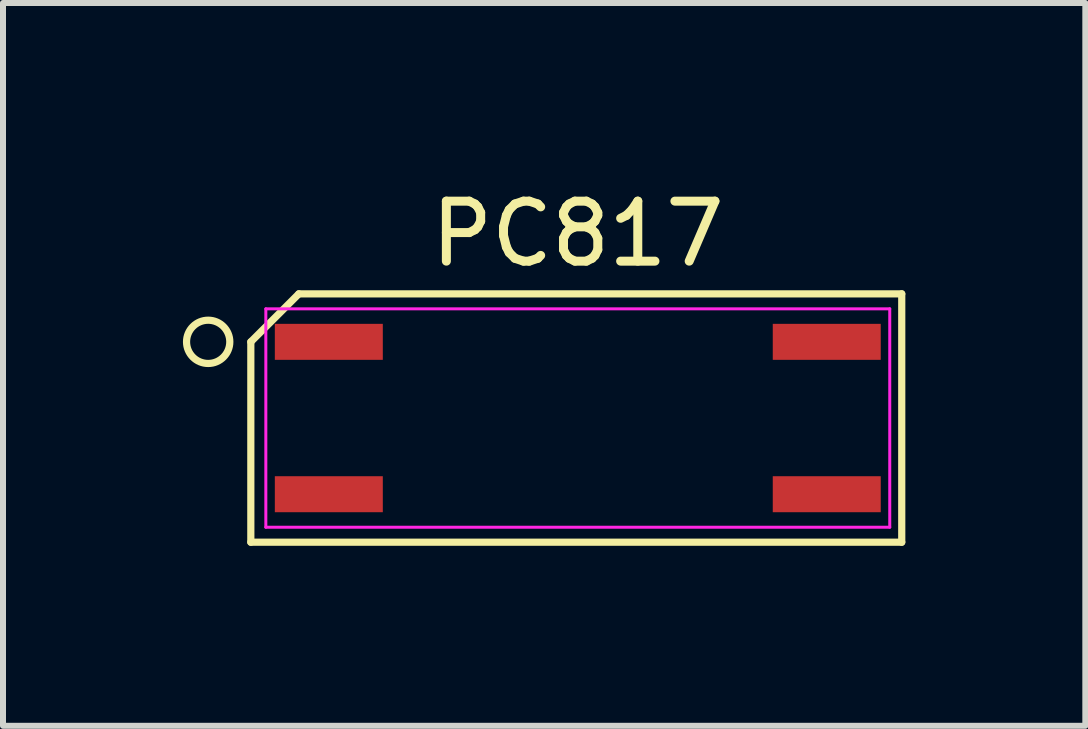
<source format=kicad_pcb>
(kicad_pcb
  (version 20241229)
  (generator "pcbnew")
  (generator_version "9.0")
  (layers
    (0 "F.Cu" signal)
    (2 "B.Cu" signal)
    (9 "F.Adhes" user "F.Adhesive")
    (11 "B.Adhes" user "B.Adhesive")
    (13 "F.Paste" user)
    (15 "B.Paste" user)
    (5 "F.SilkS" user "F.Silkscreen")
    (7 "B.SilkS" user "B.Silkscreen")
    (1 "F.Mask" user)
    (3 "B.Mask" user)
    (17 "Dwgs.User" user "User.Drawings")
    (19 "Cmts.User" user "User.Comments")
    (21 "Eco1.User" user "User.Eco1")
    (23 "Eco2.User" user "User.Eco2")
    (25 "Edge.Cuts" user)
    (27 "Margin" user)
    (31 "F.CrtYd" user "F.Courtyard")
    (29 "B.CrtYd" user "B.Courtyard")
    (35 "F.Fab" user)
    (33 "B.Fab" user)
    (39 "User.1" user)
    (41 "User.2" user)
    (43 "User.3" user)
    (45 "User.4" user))
  (footprint "PC817"
    (layer "F.Cu")
    (at 6.581 3.948)
    (property "Reference" "PC817" (at 0 -3.1 0) (layer "F.SilkS") (effects (font (size 1 1) (thickness 0.15))))
    (attr smd)
    (fp_line (start -5.45 -1.3) (end -4.65 -2.1) (stroke (width 0.12) (type solid)) (layer "F.SilkS"))
    (fp_line (start -5.45 2.04) (end -5.45 -1.3) (stroke (width 0.12) (type solid)) (layer "F.SilkS"))
    (fp_line (start -4.65 -2.1) (end 5.4 -2.1) (stroke (width 0.12) (type solid)) (layer "F.SilkS"))
    (fp_line (start 5.4 -2.1) (end 5.4 2.04) (stroke (width 0.12) (type solid)) (layer "F.SilkS"))
    (fp_line (start 5.4 2.04) (end -5.45 2.04) (stroke (width 0.12) (type solid)) (layer "F.SilkS"))
    (fp_circle (center -6.161 -1.3) (end -5.861 -1.1) (stroke (width 0.12) (type solid)) (fill no) (layer "F.SilkS"))
    (fp_line (start -5.2 -1.85) (end 5.2 -1.85) (stroke (width 0.05) (type solid)) (layer "F.CrtYd"))
    (fp_line (start -5.2 1.79) (end -5.2 -1.85) (stroke (width 0.05) (type solid)) (layer "F.CrtYd"))
    (fp_line (start 5.2 -1.85) (end 5.2 1.79) (stroke (width 0.05) (type solid)) (layer "F.CrtYd"))
    (fp_line (start 5.2 1.79) (end -5.2 1.79) (stroke (width 0.05) (type solid)) (layer "F.CrtYd"))
    (pad "1" smd rect (at -4.15 -1.3 270) (size 0.6 1.8) (layers "F.Cu" "F.Mask" "F.Paste"))
    (pad "2" smd rect (at -4.15 1.24 270) (size 0.6 1.8) (layers "F.Cu" "F.Mask" "F.Paste"))
    (pad "3" smd rect (at 4.15 1.24 270) (size 0.6 1.8) (layers "F.Cu" "F.Mask" "F.Paste"))
    (pad "4" smd rect (at 4.15 -1.3 270) (size 0.6 1.8) (layers "F.Cu" "F.Mask" "F.Paste")))
  (gr_rect
    (start -3 -3)
    (end 15.041 9.048)
    (stroke (width 0.1) (type default))
    (fill no)
    (layer "Edge.Cuts")))
</source>
